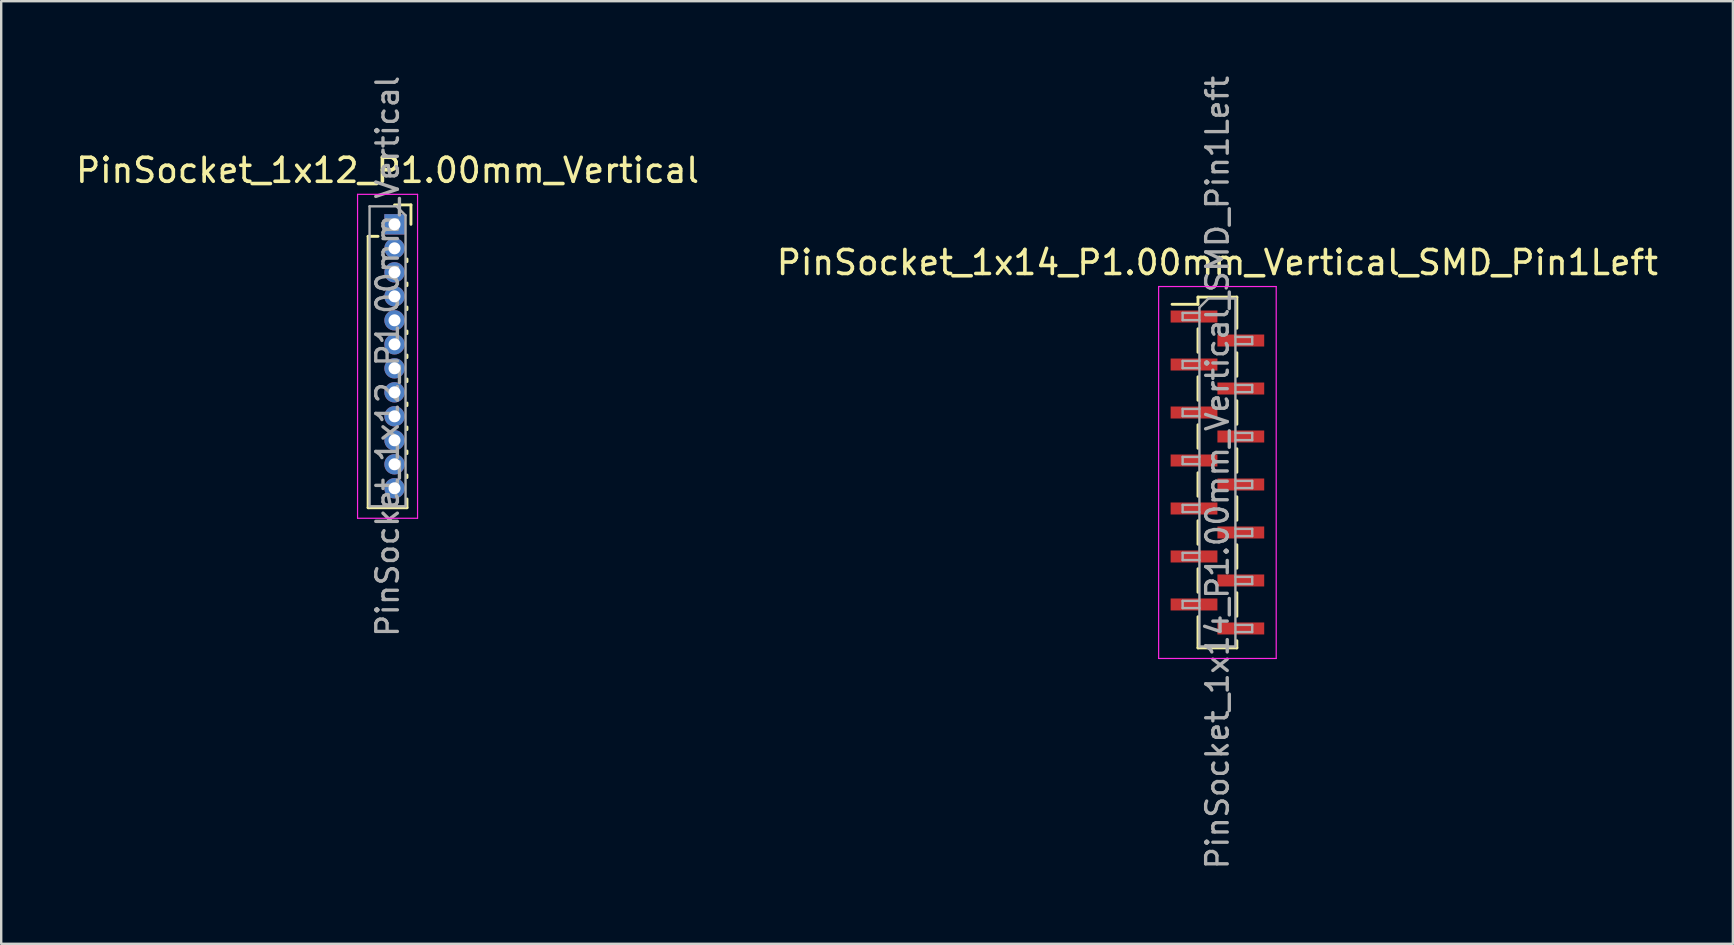
<source format=kicad_pcb>
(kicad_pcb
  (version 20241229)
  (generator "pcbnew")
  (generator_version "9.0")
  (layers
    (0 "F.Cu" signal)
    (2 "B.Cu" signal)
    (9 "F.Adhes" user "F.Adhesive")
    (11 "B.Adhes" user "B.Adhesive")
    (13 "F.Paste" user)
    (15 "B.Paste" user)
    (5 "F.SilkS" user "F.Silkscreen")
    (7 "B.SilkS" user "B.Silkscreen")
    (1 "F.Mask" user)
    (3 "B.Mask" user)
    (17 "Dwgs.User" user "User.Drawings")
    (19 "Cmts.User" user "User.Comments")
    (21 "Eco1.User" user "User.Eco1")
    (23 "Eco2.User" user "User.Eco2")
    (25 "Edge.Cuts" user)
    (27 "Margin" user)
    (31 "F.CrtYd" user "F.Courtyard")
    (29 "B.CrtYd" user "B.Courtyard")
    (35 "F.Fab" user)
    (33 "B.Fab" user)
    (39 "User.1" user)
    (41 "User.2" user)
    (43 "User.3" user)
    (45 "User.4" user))
  (footprint "PinSocket_1x12_P1.00mm_Vertical"
    (layer "F.Cu")
    (at 13.391 6.299)
    (property "Reference" "PinSocket_1x12_P1.00mm_Vertical" (at -0.29 -2.25 0) (layer "F.SilkS") (effects (font (size 1 1) (thickness 0.15))))
    (attr through_hole)
    (fp_line (start -1.1 0.5) (end -1.1 11.81) (stroke (width 0.12) (type solid)) (layer "F.SilkS"))
    (fp_line (start -1.1 0.5) (end -0.685 0.5) (stroke (width 0.12) (type solid)) (layer "F.SilkS"))
    (fp_line (start -1.1 11.81) (end 0.52 11.81) (stroke (width 0.12) (type solid)) (layer "F.SilkS"))
    (fp_line (start 0 -0.81) (end 0.685 -0.81) (stroke (width 0.12) (type solid)) (layer "F.SilkS"))
    (fp_line (start 0.52 1.446) (end 0.52 1.554) (stroke (width 0.12) (type solid)) (layer "F.SilkS"))
    (fp_line (start 0.52 2.446) (end 0.52 2.554) (stroke (width 0.12) (type solid)) (layer "F.SilkS"))
    (fp_line (start 0.52 3.446) (end 0.52 3.554) (stroke (width 0.12) (type solid)) (layer "F.SilkS"))
    (fp_line (start 0.52 4.446) (end 0.52 4.554) (stroke (width 0.12) (type solid)) (layer "F.SilkS"))
    (fp_line (start 0.52 5.446) (end 0.52 5.554) (stroke (width 0.12) (type solid)) (layer "F.SilkS"))
    (fp_line (start 0.52 6.446) (end 0.52 6.554) (stroke (width 0.12) (type solid)) (layer "F.SilkS"))
    (fp_line (start 0.52 7.446) (end 0.52 7.554) (stroke (width 0.12) (type solid)) (layer "F.SilkS"))
    (fp_line (start 0.52 8.446) (end 0.52 8.554) (stroke (width 0.12) (type solid)) (layer "F.SilkS"))
    (fp_line (start 0.52 9.446) (end 0.52 9.554) (stroke (width 0.12) (type solid)) (layer "F.SilkS"))
    (fp_line (start 0.52 10.446) (end 0.52 10.554) (stroke (width 0.12) (type solid)) (layer "F.SilkS"))
    (fp_line (start 0.52 11.446) (end 0.52 11.81) (stroke (width 0.12) (type solid)) (layer "F.SilkS"))
    (fp_line (start 0.685 -0.81) (end 0.685 0) (stroke (width 0.12) (type solid)) (layer "F.SilkS"))
    (fp_line (start -1.54 -1.25) (end 0.96 -1.25) (stroke (width 0.05) (type solid)) (layer "F.CrtYd"))
    (fp_line (start -1.54 12.25) (end -1.54 -1.25) (stroke (width 0.05) (type solid)) (layer "F.CrtYd"))
    (fp_line (start 0.96 -1.25) (end 0.96 12.25) (stroke (width 0.05) (type solid)) (layer "F.CrtYd"))
    (fp_line (start 0.96 12.25) (end -1.54 12.25) (stroke (width 0.05) (type solid)) (layer "F.CrtYd"))
    (fp_line (start -1.04 -0.75) (end 0.085 -0.75) (stroke (width 0.1) (type solid)) (layer "F.Fab"))
    (fp_line (start -1.04 11.75) (end -1.04 -0.75) (stroke (width 0.1) (type solid)) (layer "F.Fab"))
    (fp_line (start 0.085 -0.75) (end 0.46 -0.375) (stroke (width 0.1) (type solid)) (layer "F.Fab"))
    (fp_line (start 0.46 -0.375) (end 0.46 11.75) (stroke (width 0.1) (type solid)) (layer "F.Fab"))
    (fp_line (start 0.46 11.75) (end -1.04 11.75) (stroke (width 0.1) (type solid)) (layer "F.Fab"))
    (fp_text user "${REFERENCE}" (at -0.29 5.5 90) (layer "F.Fab") (effects (font (size 0.9 0.9) (thickness 0.14))))
    (pad "1" thru_hole rect (at 0 0) (size 0.85 0.85) (drill 0.5) (layers "*.Cu" "*.Mask"))
    (pad "2" thru_hole oval (at 0 1) (size 0.85 0.85) (drill 0.5) (layers "*.Cu" "*.Mask"))
    (pad "3" thru_hole oval (at 0 2) (size 0.85 0.85) (drill 0.5) (layers "*.Cu" "*.Mask"))
    (pad "4" thru_hole oval (at 0 3) (size 0.85 0.85) (drill 0.5) (layers "*.Cu" "*.Mask"))
    (pad "5" thru_hole oval (at 0 4) (size 0.85 0.85) (drill 0.5) (layers "*.Cu" "*.Mask"))
    (pad "6" thru_hole oval (at 0 5) (size 0.85 0.85) (drill 0.5) (layers "*.Cu" "*.Mask"))
    (pad "7" thru_hole oval (at 0 6) (size 0.85 0.85) (drill 0.5) (layers "*.Cu" "*.Mask"))
    (pad "8" thru_hole oval (at 0 7) (size 0.85 0.85) (drill 0.5) (layers "*.Cu" "*.Mask"))
    (pad "9" thru_hole oval (at 0 8) (size 0.85 0.85) (drill 0.5) (layers "*.Cu" "*.Mask"))
    (pad "10" thru_hole oval (at 0 9) (size 0.85 0.85) (drill 0.5) (layers "*.Cu" "*.Mask"))
    (pad "11" thru_hole oval (at 0 10) (size 0.85 0.85) (drill 0.5) (layers "*.Cu" "*.Mask"))
    (pad "12" thru_hole oval (at 0 11) (size 0.85 0.85) (drill 0.5) (layers "*.Cu" "*.Mask")))
  (footprint "PinSocket_1x14_P1.00mm_Vertical_SMD_Pin1Left"
    (layer "F.Cu")
    (at 47.685 16.641)
    (property "Reference" "PinSocket_1x14_P1.00mm_Vertical_SMD_Pin1Left" (at 0 -8.75 0) (layer "F.SilkS") (effects (font (size 1 1) (thickness 0.15))))
    (attr smd)
    (fp_line (start -1.89 -7.01) (end -0.81 -7.01) (stroke (width 0.12) (type solid)) (layer "F.SilkS"))
    (fp_line (start -0.81 -7.31) (end -0.81 -7.01) (stroke (width 0.12) (type solid)) (layer "F.SilkS"))
    (fp_line (start -0.81 -7.31) (end 0.81 -7.31) (stroke (width 0.12) (type solid)) (layer "F.SilkS"))
    (fp_line (start -0.81 -5.99) (end -0.81 -5.01) (stroke (width 0.12) (type solid)) (layer "F.SilkS"))
    (fp_line (start -0.81 -3.99) (end -0.81 -3.01) (stroke (width 0.12) (type solid)) (layer "F.SilkS"))
    (fp_line (start -0.81 -1.99) (end -0.81 -1.01) (stroke (width 0.12) (type solid)) (layer "F.SilkS"))
    (fp_line (start -0.81 0.01) (end -0.81 0.99) (stroke (width 0.12) (type solid)) (layer "F.SilkS"))
    (fp_line (start -0.81 2.01) (end -0.81 2.99) (stroke (width 0.12) (type solid)) (layer "F.SilkS"))
    (fp_line (start -0.81 4.01) (end -0.81 4.99) (stroke (width 0.12) (type solid)) (layer "F.SilkS"))
    (fp_line (start -0.81 6.01) (end -0.81 7.31) (stroke (width 0.12) (type solid)) (layer "F.SilkS"))
    (fp_line (start -0.81 7.31) (end 0.81 7.31) (stroke (width 0.12) (type solid)) (layer "F.SilkS"))
    (fp_line (start 0.81 -7.31) (end 0.81 -6.01) (stroke (width 0.12) (type solid)) (layer "F.SilkS"))
    (fp_line (start 0.81 -4.99) (end 0.81 -4.01) (stroke (width 0.12) (type solid)) (layer "F.SilkS"))
    (fp_line (start 0.81 -2.99) (end 0.81 -2.01) (stroke (width 0.12) (type solid)) (layer "F.SilkS"))
    (fp_line (start 0.81 -0.99) (end 0.81 -0.01) (stroke (width 0.12) (type solid)) (layer "F.SilkS"))
    (fp_line (start 0.81 1.01) (end 0.81 1.99) (stroke (width 0.12) (type solid)) (layer "F.SilkS"))
    (fp_line (start 0.81 3.01) (end 0.81 3.99) (stroke (width 0.12) (type solid)) (layer "F.SilkS"))
    (fp_line (start 0.81 5.01) (end 0.81 5.99) (stroke (width 0.12) (type solid)) (layer "F.SilkS"))
    (fp_line (start 0.81 7.01) (end 0.81 7.31) (stroke (width 0.12) (type solid)) (layer "F.SilkS"))
    (fp_line (start -2.45 -7.75) (end 2.45 -7.75) (stroke (width 0.05) (type solid)) (layer "F.CrtYd"))
    (fp_line (start -2.45 7.75) (end -2.45 -7.75) (stroke (width 0.05) (type solid)) (layer "F.CrtYd"))
    (fp_line (start 2.45 -7.75) (end 2.45 7.75) (stroke (width 0.05) (type solid)) (layer "F.CrtYd"))
    (fp_line (start 2.45 7.75) (end -2.45 7.75) (stroke (width 0.05) (type solid)) (layer "F.CrtYd"))
    (fp_line (start -1.45 -6.65) (end -0.75 -6.65) (stroke (width 0.1) (type solid)) (layer "F.Fab"))
    (fp_line (start -1.45 -6.35) (end -1.45 -6.65) (stroke (width 0.1) (type solid)) (layer "F.Fab"))
    (fp_line (start -1.45 -4.65) (end -0.75 -4.65) (stroke (width 0.1) (type solid)) (layer "F.Fab"))
    (fp_line (start -1.45 -4.35) (end -1.45 -4.65) (stroke (width 0.1) (type solid)) (layer "F.Fab"))
    (fp_line (start -1.45 -2.65) (end -0.75 -2.65) (stroke (width 0.1) (type solid)) (layer "F.Fab"))
    (fp_line (start -1.45 -2.35) (end -1.45 -2.65) (stroke (width 0.1) (type solid)) (layer "F.Fab"))
    (fp_line (start -1.45 -0.65) (end -0.75 -0.65) (stroke (width 0.1) (type solid)) (layer "F.Fab"))
    (fp_line (start -1.45 -0.35) (end -1.45 -0.65) (stroke (width 0.1) (type solid)) (layer "F.Fab"))
    (fp_line (start -1.45 1.35) (end -0.75 1.35) (stroke (width 0.1) (type solid)) (layer "F.Fab"))
    (fp_line (start -1.45 1.65) (end -1.45 1.35) (stroke (width 0.1) (type solid)) (layer "F.Fab"))
    (fp_line (start -1.45 3.35) (end -0.75 3.35) (stroke (width 0.1) (type solid)) (layer "F.Fab"))
    (fp_line (start -1.45 3.65) (end -1.45 3.35) (stroke (width 0.1) (type solid)) (layer "F.Fab"))
    (fp_line (start -1.45 5.35) (end -0.75 5.35) (stroke (width 0.1) (type solid)) (layer "F.Fab"))
    (fp_line (start -1.45 5.65) (end -1.45 5.35) (stroke (width 0.1) (type solid)) (layer "F.Fab"))
    (fp_line (start -0.75 -6.875) (end -0.375 -7.25) (stroke (width 0.1) (type solid)) (layer "F.Fab"))
    (fp_line (start -0.75 -6.35) (end -1.45 -6.35) (stroke (width 0.1) (type solid)) (layer "F.Fab"))
    (fp_line (start -0.75 -4.35) (end -1.45 -4.35) (stroke (width 0.1) (type solid)) (layer "F.Fab"))
    (fp_line (start -0.75 -2.35) (end -1.45 -2.35) (stroke (width 0.1) (type solid)) (layer "F.Fab"))
    (fp_line (start -0.75 -0.35) (end -1.45 -0.35) (stroke (width 0.1) (type solid)) (layer "F.Fab"))
    (fp_line (start -0.75 1.65) (end -1.45 1.65) (stroke (width 0.1) (type solid)) (layer "F.Fab"))
    (fp_line (start -0.75 3.65) (end -1.45 3.65) (stroke (width 0.1) (type solid)) (layer "F.Fab"))
    (fp_line (start -0.75 5.65) (end -1.45 5.65) (stroke (width 0.1) (type solid)) (layer "F.Fab"))
    (fp_line (start -0.75 7.25) (end -0.75 -6.875) (stroke (width 0.1) (type solid)) (layer "F.Fab"))
    (fp_line (start -0.375 -7.25) (end 0.75 -7.25) (stroke (width 0.1) (type solid)) (layer "F.Fab"))
    (fp_line (start 0.75 -7.25) (end 0.75 7.25) (stroke (width 0.1) (type solid)) (layer "F.Fab"))
    (fp_line (start 0.75 -5.65) (end 1.45 -5.65) (stroke (width 0.1) (type solid)) (layer "F.Fab"))
    (fp_line (start 0.75 -3.65) (end 1.45 -3.65) (stroke (width 0.1) (type solid)) (layer "F.Fab"))
    (fp_line (start 0.75 -1.65) (end 1.45 -1.65) (stroke (width 0.1) (type solid)) (layer "F.Fab"))
    (fp_line (start 0.75 0.35) (end 1.45 0.35) (stroke (width 0.1) (type solid)) (layer "F.Fab"))
    (fp_line (start 0.75 2.35) (end 1.45 2.35) (stroke (width 0.1) (type solid)) (layer "F.Fab"))
    (fp_line (start 0.75 4.35) (end 1.45 4.35) (stroke (width 0.1) (type solid)) (layer "F.Fab"))
    (fp_line (start 0.75 6.35) (end 1.45 6.35) (stroke (width 0.1) (type solid)) (layer "F.Fab"))
    (fp_line (start 0.75 7.25) (end -0.75 7.25) (stroke (width 0.1) (type solid)) (layer "F.Fab"))
    (fp_line (start 1.45 -5.65) (end 1.45 -5.35) (stroke (width 0.1) (type solid)) (layer "F.Fab"))
    (fp_line (start 1.45 -5.35) (end 0.75 -5.35) (stroke (width 0.1) (type solid)) (layer "F.Fab"))
    (fp_line (start 1.45 -3.65) (end 1.45 -3.35) (stroke (width 0.1) (type solid)) (layer "F.Fab"))
    (fp_line (start 1.45 -3.35) (end 0.75 -3.35) (stroke (width 0.1) (type solid)) (layer "F.Fab"))
    (fp_line (start 1.45 -1.65) (end 1.45 -1.35) (stroke (width 0.1) (type solid)) (layer "F.Fab"))
    (fp_line (start 1.45 -1.35) (end 0.75 -1.35) (stroke (width 0.1) (type solid)) (layer "F.Fab"))
    (fp_line (start 1.45 0.35) (end 1.45 0.65) (stroke (width 0.1) (type solid)) (layer "F.Fab"))
    (fp_line (start 1.45 0.65) (end 0.75 0.65) (stroke (width 0.1) (type solid)) (layer "F.Fab"))
    (fp_line (start 1.45 2.35) (end 1.45 2.65) (stroke (width 0.1) (type solid)) (layer "F.Fab"))
    (fp_line (start 1.45 2.65) (end 0.75 2.65) (stroke (width 0.1) (type solid)) (layer "F.Fab"))
    (fp_line (start 1.45 4.35) (end 1.45 4.65) (stroke (width 0.1) (type solid)) (layer "F.Fab"))
    (fp_line (start 1.45 4.65) (end 0.75 4.65) (stroke (width 0.1) (type solid)) (layer "F.Fab"))
    (fp_line (start 1.45 6.35) (end 1.45 6.65) (stroke (width 0.1) (type solid)) (layer "F.Fab"))
    (fp_line (start 1.45 6.65) (end 0.75 6.65) (stroke (width 0.1) (type solid)) (layer "F.Fab"))
    (fp_text user "${REFERENCE}" (at 0 0 90) (layer "F.Fab") (effects (font (size 0.9 0.9) (thickness 0.14))))
    (pad "1" smd rect (at -0.975 -6.5) (size 1.95 0.5) (layers "F.Cu" "F.Mask" "F.Paste"))
    (pad "2" smd rect (at 0.975 -5.5) (size 1.95 0.5) (layers "F.Cu" "F.Mask" "F.Paste"))
    (pad "3" smd rect (at -0.975 -4.5) (size 1.95 0.5) (layers "F.Cu" "F.Mask" "F.Paste"))
    (pad "4" smd rect (at 0.975 -3.5) (size 1.95 0.5) (layers "F.Cu" "F.Mask" "F.Paste"))
    (pad "5" smd rect (at -0.975 -2.5) (size 1.95 0.5) (layers "F.Cu" "F.Mask" "F.Paste"))
    (pad "6" smd rect (at 0.975 -1.5) (size 1.95 0.5) (layers "F.Cu" "F.Mask" "F.Paste"))
    (pad "7" smd rect (at -0.975 -0.5) (size 1.95 0.5) (layers "F.Cu" "F.Mask" "F.Paste"))
    (pad "8" smd rect (at 0.975 0.5) (size 1.95 0.5) (layers "F.Cu" "F.Mask" "F.Paste"))
    (pad "9" smd rect (at -0.975 1.5) (size 1.95 0.5) (layers "F.Cu" "F.Mask" "F.Paste"))
    (pad "10" smd rect (at 0.975 2.5) (size 1.95 0.5) (layers "F.Cu" "F.Mask" "F.Paste"))
    (pad "11" smd rect (at -0.975 3.5) (size 1.95 0.5) (layers "F.Cu" "F.Mask" "F.Paste"))
    (pad "12" smd rect (at 0.975 4.5) (size 1.95 0.5) (layers "F.Cu" "F.Mask" "F.Paste"))
    (pad "13" smd rect (at -0.975 5.5) (size 1.95 0.5) (layers "F.Cu" "F.Mask" "F.Paste"))
    (pad "14" smd rect (at 0.975 6.5) (size 1.95 0.5) (layers "F.Cu" "F.Mask" "F.Paste")))
  (gr_rect
    (start -3 -3)
    (end 69.167 36.283)
    (stroke (width 0.1) (type default))
    (fill no)
    (layer "Edge.Cuts")))
</source>
